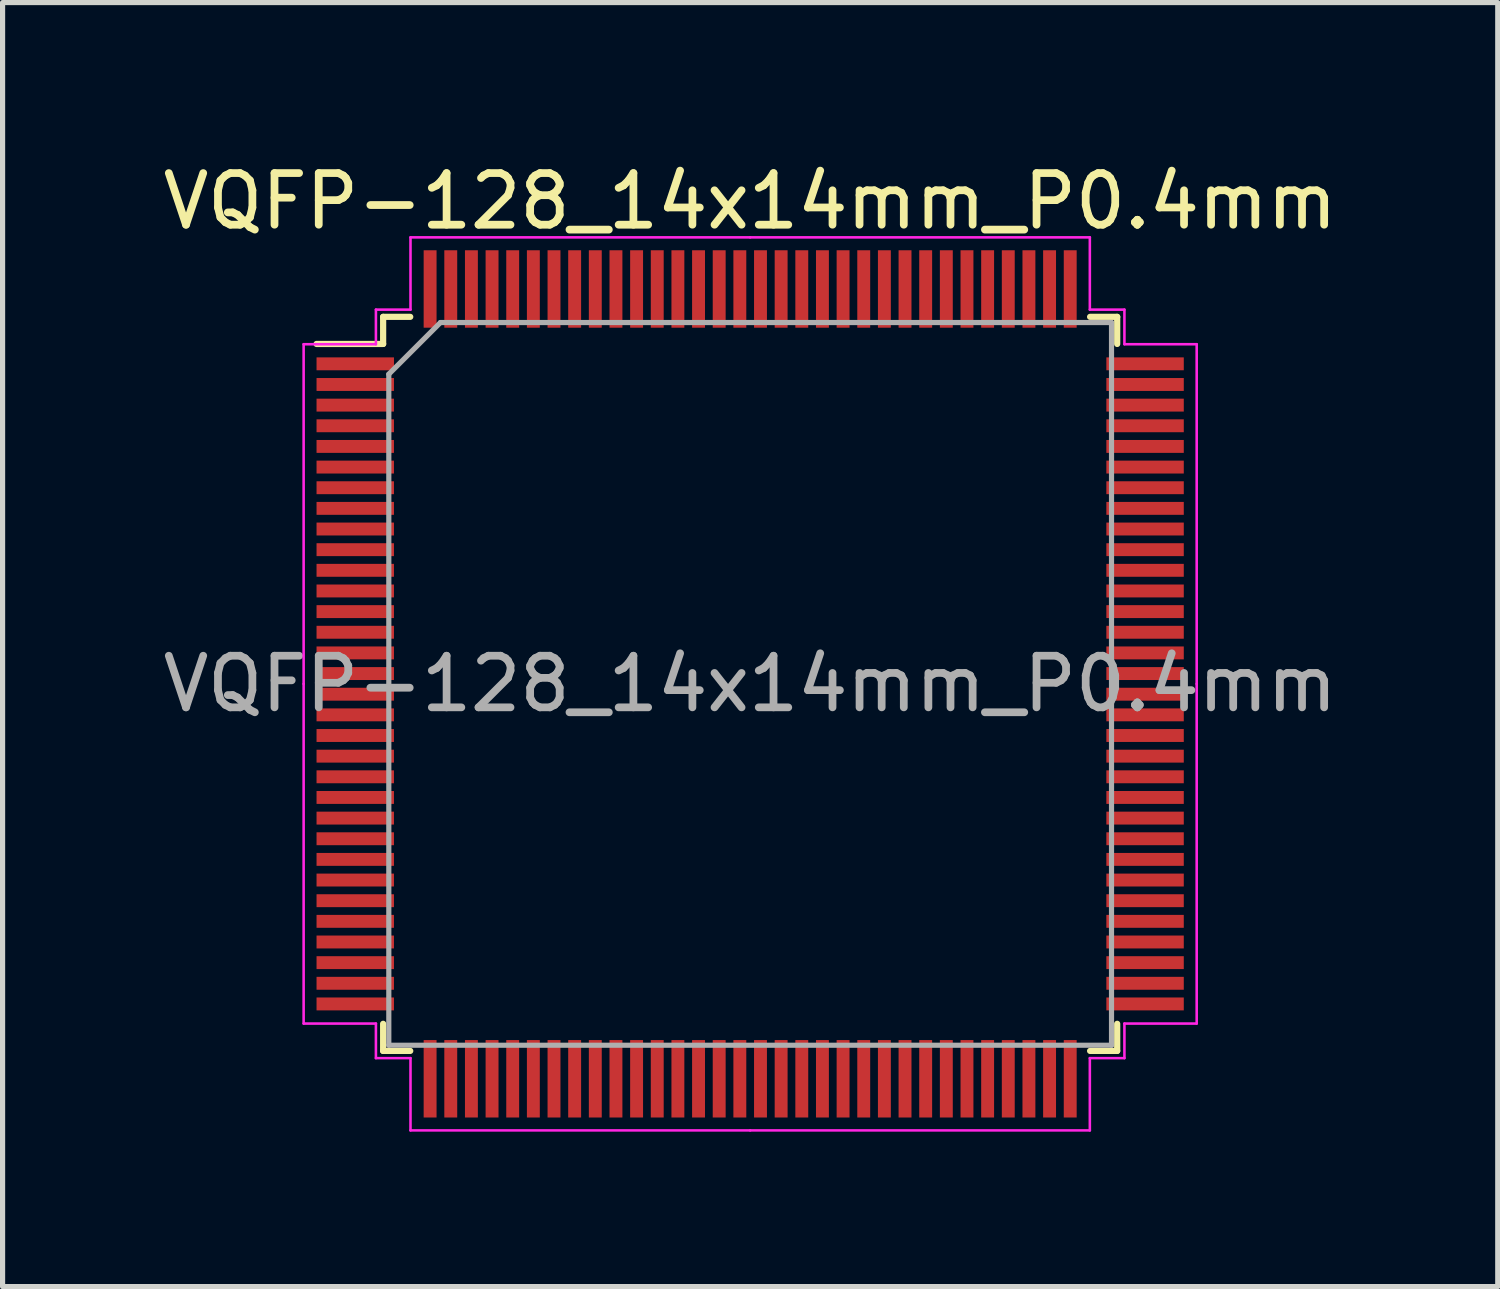
<source format=kicad_pcb>
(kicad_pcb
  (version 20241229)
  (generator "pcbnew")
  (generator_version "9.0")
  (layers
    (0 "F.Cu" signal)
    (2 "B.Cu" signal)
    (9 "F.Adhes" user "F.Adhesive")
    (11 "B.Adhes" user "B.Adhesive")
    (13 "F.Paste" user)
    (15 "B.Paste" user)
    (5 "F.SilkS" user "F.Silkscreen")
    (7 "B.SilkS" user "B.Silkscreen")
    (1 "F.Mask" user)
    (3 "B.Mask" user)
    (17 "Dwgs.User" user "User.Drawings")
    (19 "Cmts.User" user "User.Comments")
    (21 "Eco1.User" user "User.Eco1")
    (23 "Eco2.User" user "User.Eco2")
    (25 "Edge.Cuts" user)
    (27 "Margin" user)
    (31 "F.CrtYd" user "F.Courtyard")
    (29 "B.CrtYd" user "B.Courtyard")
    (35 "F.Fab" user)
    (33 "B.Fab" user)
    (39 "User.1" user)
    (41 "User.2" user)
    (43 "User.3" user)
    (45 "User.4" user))
  (footprint "VQFP-128_14x14mm_P0.4mm"
    (layer "F.Cu")
    (at 11.482 10.198)
    (property "Reference" "VQFP-128_14x14mm_P0.4mm" (at 0 -9.35 0) (layer "F.SilkS") (effects (font (size 1 1) (thickness 0.15))))
    (attr smd)
    (fp_line (start -7.11 -7.11) (end -7.11 -6.585) (stroke (width 0.12) (type solid)) (layer "F.SilkS"))
    (fp_line (start -7.11 -6.585) (end -8.4 -6.585) (stroke (width 0.12) (type solid)) (layer "F.SilkS"))
    (fp_line (start -7.11 7.11) (end -7.11 6.585) (stroke (width 0.12) (type solid)) (layer "F.SilkS"))
    (fp_line (start -6.585 -7.11) (end -7.11 -7.11) (stroke (width 0.12) (type solid)) (layer "F.SilkS"))
    (fp_line (start -6.585 7.11) (end -7.11 7.11) (stroke (width 0.12) (type solid)) (layer "F.SilkS"))
    (fp_line (start 6.585 -7.11) (end 7.11 -7.11) (stroke (width 0.12) (type solid)) (layer "F.SilkS"))
    (fp_line (start 6.585 7.11) (end 7.11 7.11) (stroke (width 0.12) (type solid)) (layer "F.SilkS"))
    (fp_line (start 7.11 -7.11) (end 7.11 -6.585) (stroke (width 0.12) (type solid)) (layer "F.SilkS"))
    (fp_line (start 7.11 7.11) (end 7.11 6.585) (stroke (width 0.12) (type solid)) (layer "F.SilkS"))
    (fp_line (start -8.65 -6.58) (end -8.65 0) (stroke (width 0.05) (type solid)) (layer "F.CrtYd"))
    (fp_line (start -8.65 6.58) (end -8.65 0) (stroke (width 0.05) (type solid)) (layer "F.CrtYd"))
    (fp_line (start -7.25 -7.25) (end -7.25 -6.58) (stroke (width 0.05) (type solid)) (layer "F.CrtYd"))
    (fp_line (start -7.25 -6.58) (end -8.65 -6.58) (stroke (width 0.05) (type solid)) (layer "F.CrtYd"))
    (fp_line (start -7.25 6.58) (end -8.65 6.58) (stroke (width 0.05) (type solid)) (layer "F.CrtYd"))
    (fp_line (start -7.25 7.25) (end -7.25 6.58) (stroke (width 0.05) (type solid)) (layer "F.CrtYd"))
    (fp_line (start -6.58 -8.65) (end -6.58 -7.25) (stroke (width 0.05) (type solid)) (layer "F.CrtYd"))
    (fp_line (start -6.58 -7.25) (end -7.25 -7.25) (stroke (width 0.05) (type solid)) (layer "F.CrtYd"))
    (fp_line (start -6.58 7.25) (end -7.25 7.25) (stroke (width 0.05) (type solid)) (layer "F.CrtYd"))
    (fp_line (start -6.58 8.65) (end -6.58 7.25) (stroke (width 0.05) (type solid)) (layer "F.CrtYd"))
    (fp_line (start 0 -8.65) (end -6.58 -8.65) (stroke (width 0.05) (type solid)) (layer "F.CrtYd"))
    (fp_line (start 0 -8.65) (end 6.58 -8.65) (stroke (width 0.05) (type solid)) (layer "F.CrtYd"))
    (fp_line (start 0 8.65) (end -6.58 8.65) (stroke (width 0.05) (type solid)) (layer "F.CrtYd"))
    (fp_line (start 0 8.65) (end 6.58 8.65) (stroke (width 0.05) (type solid)) (layer "F.CrtYd"))
    (fp_line (start 6.58 -8.65) (end 6.58 -7.25) (stroke (width 0.05) (type solid)) (layer "F.CrtYd"))
    (fp_line (start 6.58 -7.25) (end 7.25 -7.25) (stroke (width 0.05) (type solid)) (layer "F.CrtYd"))
    (fp_line (start 6.58 7.25) (end 7.25 7.25) (stroke (width 0.05) (type solid)) (layer "F.CrtYd"))
    (fp_line (start 6.58 8.65) (end 6.58 7.25) (stroke (width 0.05) (type solid)) (layer "F.CrtYd"))
    (fp_line (start 7.25 -7.25) (end 7.25 -6.58) (stroke (width 0.05) (type solid)) (layer "F.CrtYd"))
    (fp_line (start 7.25 -6.58) (end 8.65 -6.58) (stroke (width 0.05) (type solid)) (layer "F.CrtYd"))
    (fp_line (start 7.25 6.58) (end 8.65 6.58) (stroke (width 0.05) (type solid)) (layer "F.CrtYd"))
    (fp_line (start 7.25 7.25) (end 7.25 6.58) (stroke (width 0.05) (type solid)) (layer "F.CrtYd"))
    (fp_line (start 8.65 -6.58) (end 8.65 0) (stroke (width 0.05) (type solid)) (layer "F.CrtYd"))
    (fp_line (start 8.65 6.58) (end 8.65 0) (stroke (width 0.05) (type solid)) (layer "F.CrtYd"))
    (fp_line (start -7 -6) (end -6 -7) (stroke (width 0.1) (type solid)) (layer "F.Fab"))
    (fp_line (start -7 7) (end -7 -6) (stroke (width 0.1) (type solid)) (layer "F.Fab"))
    (fp_line (start -6 -7) (end 7 -7) (stroke (width 0.1) (type solid)) (layer "F.Fab"))
    (fp_line (start 7 -7) (end 7 7) (stroke (width 0.1) (type solid)) (layer "F.Fab"))
    (fp_line (start 7 7) (end -7 7) (stroke (width 0.1) (type solid)) (layer "F.Fab"))
    (fp_text user "${REFERENCE}" (at 0 0 0) (layer "F.Fab") (effects (font (size 1 1) (thickness 0.15))))
    (pad "1" smd rect (at -7.65 -6.2) (size 1.5 0.25) (layers "F.Cu" "F.Mask" "F.Paste"))
    (pad "2" smd rect (at -7.65 -5.8) (size 1.5 0.25) (layers "F.Cu" "F.Mask" "F.Paste"))
    (pad "3" smd rect (at -7.65 -5.4) (size 1.5 0.25) (layers "F.Cu" "F.Mask" "F.Paste"))
    (pad "4" smd rect (at -7.65 -5) (size 1.5 0.25) (layers "F.Cu" "F.Mask" "F.Paste"))
    (pad "5" smd rect (at -7.65 -4.6) (size 1.5 0.25) (layers "F.Cu" "F.Mask" "F.Paste"))
    (pad "6" smd rect (at -7.65 -4.2) (size 1.5 0.25) (layers "F.Cu" "F.Mask" "F.Paste"))
    (pad "7" smd rect (at -7.65 -3.8) (size 1.5 0.25) (layers "F.Cu" "F.Mask" "F.Paste"))
    (pad "8" smd rect (at -7.65 -3.4) (size 1.5 0.25) (layers "F.Cu" "F.Mask" "F.Paste"))
    (pad "9" smd rect (at -7.65 -3) (size 1.5 0.25) (layers "F.Cu" "F.Mask" "F.Paste"))
    (pad "10" smd rect (at -7.65 -2.6) (size 1.5 0.25) (layers "F.Cu" "F.Mask" "F.Paste"))
    (pad "11" smd rect (at -7.65 -2.2) (size 1.5 0.25) (layers "F.Cu" "F.Mask" "F.Paste"))
    (pad "12" smd rect (at -7.65 -1.8) (size 1.5 0.25) (layers "F.Cu" "F.Mask" "F.Paste"))
    (pad "13" smd rect (at -7.65 -1.4) (size 1.5 0.25) (layers "F.Cu" "F.Mask" "F.Paste"))
    (pad "14" smd rect (at -7.65 -1) (size 1.5 0.25) (layers "F.Cu" "F.Mask" "F.Paste"))
    (pad "15" smd rect (at -7.65 -0.6) (size 1.5 0.25) (layers "F.Cu" "F.Mask" "F.Paste"))
    (pad "16" smd rect (at -7.65 -0.2) (size 1.5 0.25) (layers "F.Cu" "F.Mask" "F.Paste"))
    (pad "17" smd rect (at -7.65 0.2) (size 1.5 0.25) (layers "F.Cu" "F.Mask" "F.Paste"))
    (pad "18" smd rect (at -7.65 0.6) (size 1.5 0.25) (layers "F.Cu" "F.Mask" "F.Paste"))
    (pad "19" smd rect (at -7.65 1) (size 1.5 0.25) (layers "F.Cu" "F.Mask" "F.Paste"))
    (pad "20" smd rect (at -7.65 1.4) (size 1.5 0.25) (layers "F.Cu" "F.Mask" "F.Paste"))
    (pad "21" smd rect (at -7.65 1.8) (size 1.5 0.25) (layers "F.Cu" "F.Mask" "F.Paste"))
    (pad "22" smd rect (at -7.65 2.2) (size 1.5 0.25) (layers "F.Cu" "F.Mask" "F.Paste"))
    (pad "23" smd rect (at -7.65 2.6) (size 1.5 0.25) (layers "F.Cu" "F.Mask" "F.Paste"))
    (pad "24" smd rect (at -7.65 3) (size 1.5 0.25) (layers "F.Cu" "F.Mask" "F.Paste"))
    (pad "25" smd rect (at -7.65 3.4) (size 1.5 0.25) (layers "F.Cu" "F.Mask" "F.Paste"))
    (pad "26" smd rect (at -7.65 3.8) (size 1.5 0.25) (layers "F.Cu" "F.Mask" "F.Paste"))
    (pad "27" smd rect (at -7.65 4.2) (size 1.5 0.25) (layers "F.Cu" "F.Mask" "F.Paste"))
    (pad "28" smd rect (at -7.65 4.6) (size 1.5 0.25) (layers "F.Cu" "F.Mask" "F.Paste"))
    (pad "29" smd rect (at -7.65 5) (size 1.5 0.25) (layers "F.Cu" "F.Mask" "F.Paste"))
    (pad "30" smd rect (at -7.65 5.4) (size 1.5 0.25) (layers "F.Cu" "F.Mask" "F.Paste"))
    (pad "31" smd rect (at -7.65 5.8) (size 1.5 0.25) (layers "F.Cu" "F.Mask" "F.Paste"))
    (pad "32" smd rect (at -7.65 6.2) (size 1.5 0.25) (layers "F.Cu" "F.Mask" "F.Paste"))
    (pad "33" smd rect (at -6.2 7.65) (size 0.25 1.5) (layers "F.Cu" "F.Mask" "F.Paste"))
    (pad "34" smd rect (at -5.8 7.65) (size 0.25 1.5) (layers "F.Cu" "F.Mask" "F.Paste"))
    (pad "35" smd rect (at -5.4 7.65) (size 0.25 1.5) (layers "F.Cu" "F.Mask" "F.Paste"))
    (pad "36" smd rect (at -5 7.65) (size 0.25 1.5) (layers "F.Cu" "F.Mask" "F.Paste"))
    (pad "37" smd rect (at -4.6 7.65) (size 0.25 1.5) (layers "F.Cu" "F.Mask" "F.Paste"))
    (pad "38" smd rect (at -4.2 7.65) (size 0.25 1.5) (layers "F.Cu" "F.Mask" "F.Paste"))
    (pad "39" smd rect (at -3.8 7.65) (size 0.25 1.5) (layers "F.Cu" "F.Mask" "F.Paste"))
    (pad "40" smd rect (at -3.4 7.65) (size 0.25 1.5) (layers "F.Cu" "F.Mask" "F.Paste"))
    (pad "41" smd rect (at -3 7.65) (size 0.25 1.5) (layers "F.Cu" "F.Mask" "F.Paste"))
    (pad "42" smd rect (at -2.6 7.65) (size 0.25 1.5) (layers "F.Cu" "F.Mask" "F.Paste"))
    (pad "43" smd rect (at -2.2 7.65) (size 0.25 1.5) (layers "F.Cu" "F.Mask" "F.Paste"))
    (pad "44" smd rect (at -1.8 7.65) (size 0.25 1.5) (layers "F.Cu" "F.Mask" "F.Paste"))
    (pad "45" smd rect (at -1.4 7.65) (size 0.25 1.5) (layers "F.Cu" "F.Mask" "F.Paste"))
    (pad "46" smd rect (at -1 7.65) (size 0.25 1.5) (layers "F.Cu" "F.Mask" "F.Paste"))
    (pad "47" smd rect (at -0.6 7.65) (size 0.25 1.5) (layers "F.Cu" "F.Mask" "F.Paste"))
    (pad "48" smd rect (at -0.2 7.65) (size 0.25 1.5) (layers "F.Cu" "F.Mask" "F.Paste"))
    (pad "49" smd rect (at 0.2 7.65) (size 0.25 1.5) (layers "F.Cu" "F.Mask" "F.Paste"))
    (pad "50" smd rect (at 0.6 7.65) (size 0.25 1.5) (layers "F.Cu" "F.Mask" "F.Paste"))
    (pad "51" smd rect (at 1 7.65) (size 0.25 1.5) (layers "F.Cu" "F.Mask" "F.Paste"))
    (pad "52" smd rect (at 1.4 7.65) (size 0.25 1.5) (layers "F.Cu" "F.Mask" "F.Paste"))
    (pad "53" smd rect (at 1.8 7.65) (size 0.25 1.5) (layers "F.Cu" "F.Mask" "F.Paste"))
    (pad "54" smd rect (at 2.2 7.65) (size 0.25 1.5) (layers "F.Cu" "F.Mask" "F.Paste"))
    (pad "55" smd rect (at 2.6 7.65) (size 0.25 1.5) (layers "F.Cu" "F.Mask" "F.Paste"))
    (pad "56" smd rect (at 3 7.65) (size 0.25 1.5) (layers "F.Cu" "F.Mask" "F.Paste"))
    (pad "57" smd rect (at 3.4 7.65) (size 0.25 1.5) (layers "F.Cu" "F.Mask" "F.Paste"))
    (pad "58" smd rect (at 3.8 7.65) (size 0.25 1.5) (layers "F.Cu" "F.Mask" "F.Paste"))
    (pad "59" smd rect (at 4.2 7.65) (size 0.25 1.5) (layers "F.Cu" "F.Mask" "F.Paste"))
    (pad "60" smd rect (at 4.6 7.65) (size 0.25 1.5) (layers "F.Cu" "F.Mask" "F.Paste"))
    (pad "61" smd rect (at 5 7.65) (size 0.25 1.5) (layers "F.Cu" "F.Mask" "F.Paste"))
    (pad "62" smd rect (at 5.4 7.65) (size 0.25 1.5) (layers "F.Cu" "F.Mask" "F.Paste"))
    (pad "63" smd rect (at 5.8 7.65) (size 0.25 1.5) (layers "F.Cu" "F.Mask" "F.Paste"))
    (pad "64" smd rect (at 6.2 7.65) (size 0.25 1.5) (layers "F.Cu" "F.Mask" "F.Paste"))
    (pad "65" smd rect (at 7.65 6.2) (size 1.5 0.25) (layers "F.Cu" "F.Mask" "F.Paste"))
    (pad "66" smd rect (at 7.65 5.8) (size 1.5 0.25) (layers "F.Cu" "F.Mask" "F.Paste"))
    (pad "67" smd rect (at 7.65 5.4) (size 1.5 0.25) (layers "F.Cu" "F.Mask" "F.Paste"))
    (pad "68" smd rect (at 7.65 5) (size 1.5 0.25) (layers "F.Cu" "F.Mask" "F.Paste"))
    (pad "69" smd rect (at 7.65 4.6) (size 1.5 0.25) (layers "F.Cu" "F.Mask" "F.Paste"))
    (pad "70" smd rect (at 7.65 4.2) (size 1.5 0.25) (layers "F.Cu" "F.Mask" "F.Paste"))
    (pad "71" smd rect (at 7.65 3.8) (size 1.5 0.25) (layers "F.Cu" "F.Mask" "F.Paste"))
    (pad "72" smd rect (at 7.65 3.4) (size 1.5 0.25) (layers "F.Cu" "F.Mask" "F.Paste"))
    (pad "73" smd rect (at 7.65 3) (size 1.5 0.25) (layers "F.Cu" "F.Mask" "F.Paste"))
    (pad "74" smd rect (at 7.65 2.6) (size 1.5 0.25) (layers "F.Cu" "F.Mask" "F.Paste"))
    (pad "75" smd rect (at 7.65 2.2) (size 1.5 0.25) (layers "F.Cu" "F.Mask" "F.Paste"))
    (pad "76" smd rect (at 7.65 1.8) (size 1.5 0.25) (layers "F.Cu" "F.Mask" "F.Paste"))
    (pad "77" smd rect (at 7.65 1.4) (size 1.5 0.25) (layers "F.Cu" "F.Mask" "F.Paste"))
    (pad "78" smd rect (at 7.65 1) (size 1.5 0.25) (layers "F.Cu" "F.Mask" "F.Paste"))
    (pad "79" smd rect (at 7.65 0.6) (size 1.5 0.25) (layers "F.Cu" "F.Mask" "F.Paste"))
    (pad "80" smd rect (at 7.65 0.2) (size 1.5 0.25) (layers "F.Cu" "F.Mask" "F.Paste"))
    (pad "81" smd rect (at 7.65 -0.2) (size 1.5 0.25) (layers "F.Cu" "F.Mask" "F.Paste"))
    (pad "82" smd rect (at 7.65 -0.6) (size 1.5 0.25) (layers "F.Cu" "F.Mask" "F.Paste"))
    (pad "83" smd rect (at 7.65 -1) (size 1.5 0.25) (layers "F.Cu" "F.Mask" "F.Paste"))
    (pad "84" smd rect (at 7.65 -1.4) (size 1.5 0.25) (layers "F.Cu" "F.Mask" "F.Paste"))
    (pad "85" smd rect (at 7.65 -1.8) (size 1.5 0.25) (layers "F.Cu" "F.Mask" "F.Paste"))
    (pad "86" smd rect (at 7.65 -2.2) (size 1.5 0.25) (layers "F.Cu" "F.Mask" "F.Paste"))
    (pad "87" smd rect (at 7.65 -2.6) (size 1.5 0.25) (layers "F.Cu" "F.Mask" "F.Paste"))
    (pad "88" smd rect (at 7.65 -3) (size 1.5 0.25) (layers "F.Cu" "F.Mask" "F.Paste"))
    (pad "89" smd rect (at 7.65 -3.4) (size 1.5 0.25) (layers "F.Cu" "F.Mask" "F.Paste"))
    (pad "90" smd rect (at 7.65 -3.8) (size 1.5 0.25) (layers "F.Cu" "F.Mask" "F.Paste"))
    (pad "91" smd rect (at 7.65 -4.2) (size 1.5 0.25) (layers "F.Cu" "F.Mask" "F.Paste"))
    (pad "92" smd rect (at 7.65 -4.6) (size 1.5 0.25) (layers "F.Cu" "F.Mask" "F.Paste"))
    (pad "93" smd rect (at 7.65 -5) (size 1.5 0.25) (layers "F.Cu" "F.Mask" "F.Paste"))
    (pad "94" smd rect (at 7.65 -5.4) (size 1.5 0.25) (layers "F.Cu" "F.Mask" "F.Paste"))
    (pad "95" smd rect (at 7.65 -5.8) (size 1.5 0.25) (layers "F.Cu" "F.Mask" "F.Paste"))
    (pad "96" smd rect (at 7.65 -6.2) (size 1.5 0.25) (layers "F.Cu" "F.Mask" "F.Paste"))
    (pad "97" smd rect (at 6.2 -7.65) (size 0.25 1.5) (layers "F.Cu" "F.Mask" "F.Paste"))
    (pad "98" smd rect (at 5.8 -7.65) (size 0.25 1.5) (layers "F.Cu" "F.Mask" "F.Paste"))
    (pad "99" smd rect (at 5.4 -7.65) (size 0.25 1.5) (layers "F.Cu" "F.Mask" "F.Paste"))
    (pad "100" smd rect (at 5 -7.65) (size 0.25 1.5) (layers "F.Cu" "F.Mask" "F.Paste"))
    (pad "101" smd rect (at 4.6 -7.65) (size 0.25 1.5) (layers "F.Cu" "F.Mask" "F.Paste"))
    (pad "102" smd rect (at 4.2 -7.65) (size 0.25 1.5) (layers "F.Cu" "F.Mask" "F.Paste"))
    (pad "103" smd rect (at 3.8 -7.65) (size 0.25 1.5) (layers "F.Cu" "F.Mask" "F.Paste"))
    (pad "104" smd rect (at 3.4 -7.65) (size 0.25 1.5) (layers "F.Cu" "F.Mask" "F.Paste"))
    (pad "105" smd rect (at 3 -7.65) (size 0.25 1.5) (layers "F.Cu" "F.Mask" "F.Paste"))
    (pad "106" smd rect (at 2.6 -7.65) (size 0.25 1.5) (layers "F.Cu" "F.Mask" "F.Paste"))
    (pad "107" smd rect (at 2.2 -7.65) (size 0.25 1.5) (layers "F.Cu" "F.Mask" "F.Paste"))
    (pad "108" smd rect (at 1.8 -7.65) (size 0.25 1.5) (layers "F.Cu" "F.Mask" "F.Paste"))
    (pad "109" smd rect (at 1.4 -7.65) (size 0.25 1.5) (layers "F.Cu" "F.Mask" "F.Paste"))
    (pad "110" smd rect (at 1 -7.65) (size 0.25 1.5) (layers "F.Cu" "F.Mask" "F.Paste"))
    (pad "111" smd rect (at 0.6 -7.65) (size 0.25 1.5) (layers "F.Cu" "F.Mask" "F.Paste"))
    (pad "112" smd rect (at 0.2 -7.65) (size 0.25 1.5) (layers "F.Cu" "F.Mask" "F.Paste"))
    (pad "113" smd rect (at -0.2 -7.65) (size 0.25 1.5) (layers "F.Cu" "F.Mask" "F.Paste"))
    (pad "114" smd rect (at -0.6 -7.65) (size 0.25 1.5) (layers "F.Cu" "F.Mask" "F.Paste"))
    (pad "115" smd rect (at -1 -7.65) (size 0.25 1.5) (layers "F.Cu" "F.Mask" "F.Paste"))
    (pad "116" smd rect (at -1.4 -7.65) (size 0.25 1.5) (layers "F.Cu" "F.Mask" "F.Paste"))
    (pad "117" smd rect (at -1.8 -7.65) (size 0.25 1.5) (layers "F.Cu" "F.Mask" "F.Paste"))
    (pad "118" smd rect (at -2.2 -7.65) (size 0.25 1.5) (layers "F.Cu" "F.Mask" "F.Paste"))
    (pad "119" smd rect (at -2.6 -7.65) (size 0.25 1.5) (layers "F.Cu" "F.Mask" "F.Paste"))
    (pad "120" smd rect (at -3 -7.65) (size 0.25 1.5) (layers "F.Cu" "F.Mask" "F.Paste"))
    (pad "121" smd rect (at -3.4 -7.65) (size 0.25 1.5) (layers "F.Cu" "F.Mask" "F.Paste"))
    (pad "122" smd rect (at -3.8 -7.65) (size 0.25 1.5) (layers "F.Cu" "F.Mask" "F.Paste"))
    (pad "123" smd rect (at -4.2 -7.65) (size 0.25 1.5) (layers "F.Cu" "F.Mask" "F.Paste"))
    (pad "124" smd rect (at -4.6 -7.65) (size 0.25 1.5) (layers "F.Cu" "F.Mask" "F.Paste"))
    (pad "125" smd rect (at -5 -7.65) (size 0.25 1.5) (layers "F.Cu" "F.Mask" "F.Paste"))
    (pad "126" smd rect (at -5.4 -7.65) (size 0.25 1.5) (layers "F.Cu" "F.Mask" "F.Paste"))
    (pad "127" smd rect (at -5.8 -7.65) (size 0.25 1.5) (layers "F.Cu" "F.Mask" "F.Paste"))
    (pad "128" smd rect (at -6.2 -7.65) (size 0.25 1.5) (layers "F.Cu" "F.Mask" "F.Paste")))
  (gr_rect
    (start -3 -3)
    (end 25.964 21.873)
    (stroke (width 0.1) (type default))
    (fill no)
    (layer "Edge.Cuts")))
</source>
